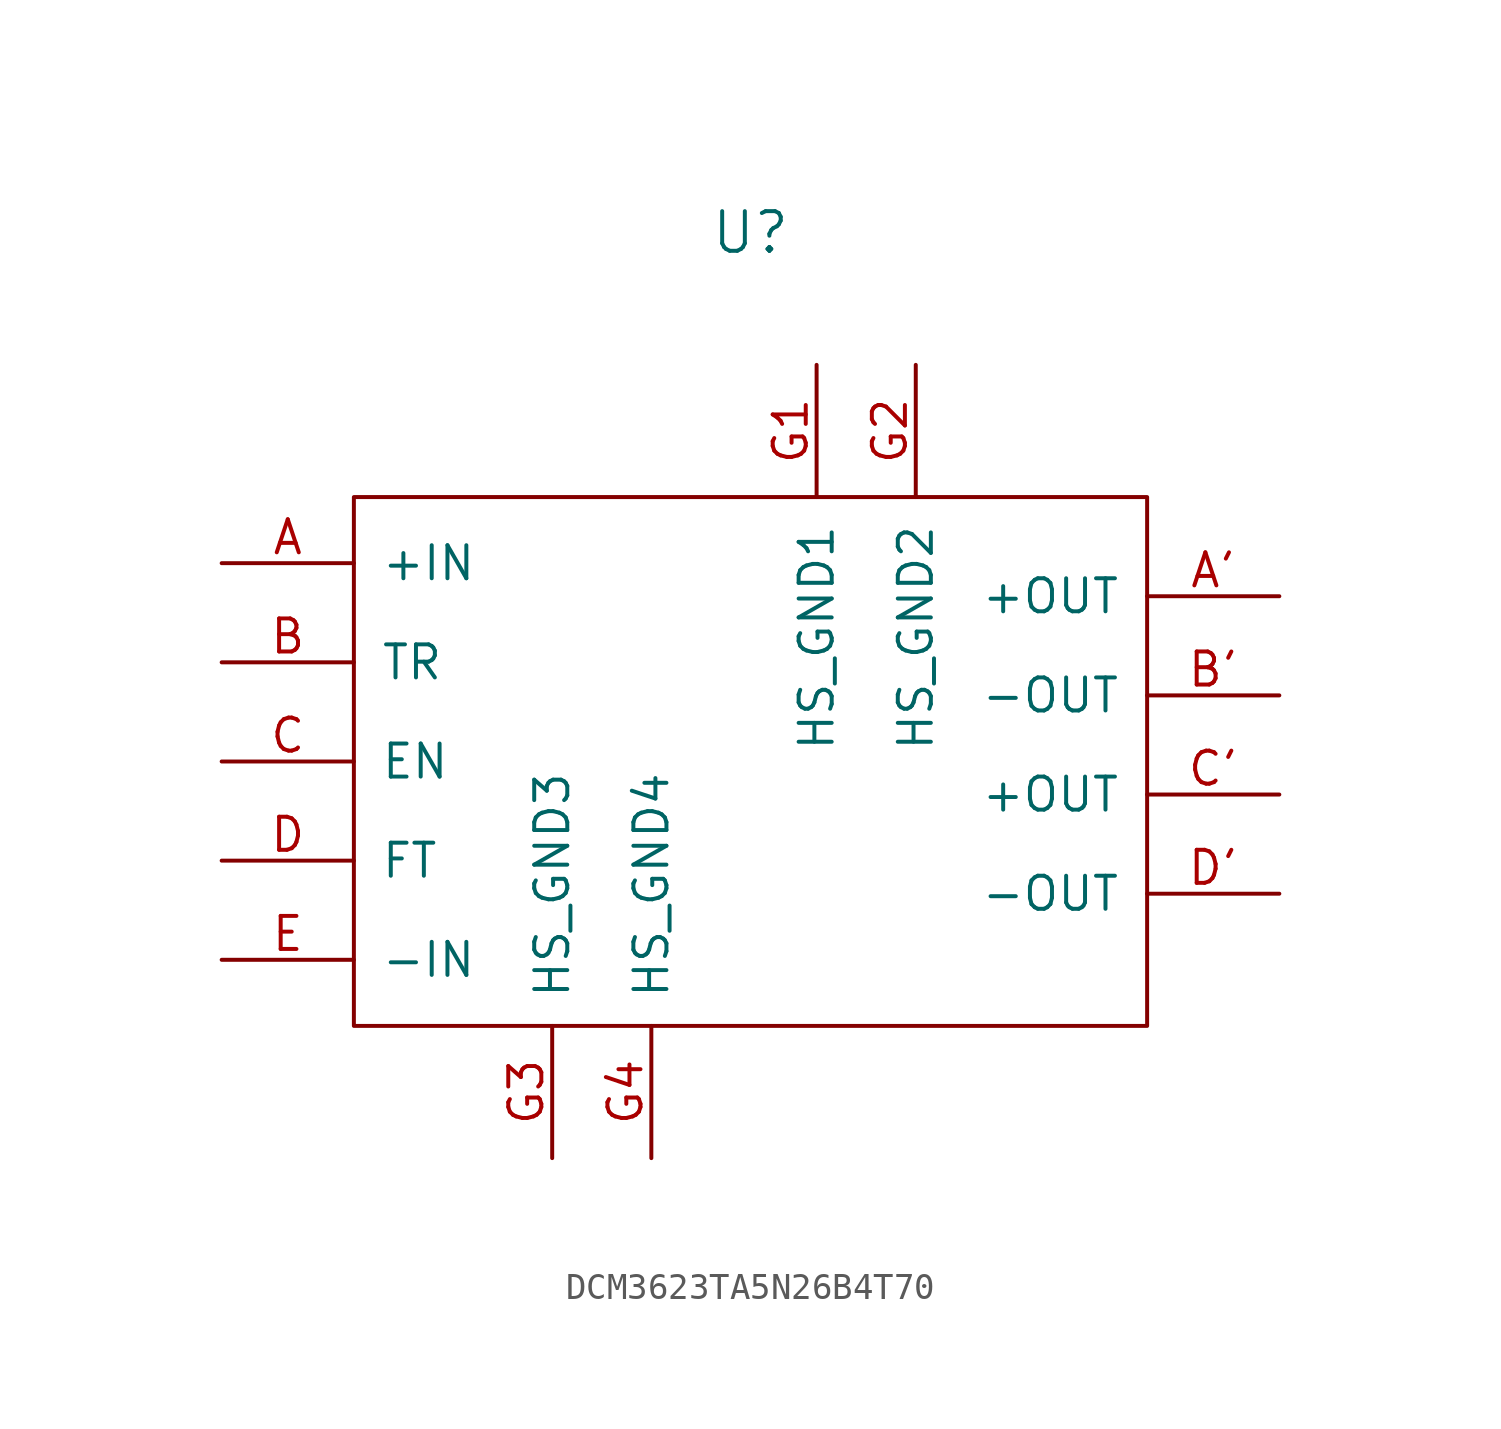
<source format=kicad_sym>
(kicad_symbol_lib
  (version 20220914)
  (generator kicad_symbol_editor)
  (symbol "DCM3623TA5N26B4T70"
    (pin_names
      (offset 1.016))
    (property "Reference" "U"
      (at 0 20.32 0)
      (effects (font (size 1.524 1.524))))
    (symbol "DCM3623TA5N26B4T70_0_1"
      (rectangle (start -15.24 10.16) (end 15.24 -10.16) (stroke (width 0) (type default)) (fill (type none))))
    (symbol "DCM3623TA5N26B4T70_1_1"
      (pin passive line (at -20.32 7.62 0) (length 5.08) (name "+IN" (effects (font (size 1.27 1.27)))) (number "A" (effects (font (size 1.27 1.27)))))
      (pin passive line (at 20.32 6.35 180) (length 5.08) (name "+OUT" (effects (font (size 1.27 1.27)))) (number "A'" (effects (font (size 1.27 1.27)))))
      (pin passive line (at -20.32 3.81 0) (length 5.08) (name "TR" (effects (font (size 1.27 1.27)))) (number "B" (effects (font (size 1.27 1.27)))))
      (pin passive line (at 20.32 2.54 180) (length 5.08) (name "-OUT" (effects (font (size 1.27 1.27)))) (number "B'" (effects (font (size 1.27 1.27)))))
      (pin passive line (at -20.32 0 0) (length 5.08) (name "EN" (effects (font (size 1.27 1.27)))) (number "C" (effects (font (size 1.27 1.27)))))
      (pin passive line (at 20.32 -1.27 180) (length 5.08) (name "+OUT" (effects (font (size 1.27 1.27)))) (number "C'" (effects (font (size 1.27 1.27)))))
      (pin passive line (at -20.32 -3.81 0) (length 5.08) (name "FT" (effects (font (size 1.27 1.27)))) (number "D" (effects (font (size 1.27 1.27)))))
      (pin passive line (at 20.32 -5.08 180) (length 5.08) (name "-OUT" (effects (font (size 1.27 1.27)))) (number "D'" (effects (font (size 1.27 1.27)))))
      (pin passive line (at -20.32 -7.62 0) (length 5.08) (name "-IN" (effects (font (size 1.27 1.27)))) (number "E" (effects (font (size 1.27 1.27)))))
      (pin passive line (at 2.54 15.24 270) (length 5.08) (name "HS_GND1" (effects (font (size 1.27 1.27)))) (number "G1" (effects (font (size 1.27 1.27)))))
      (pin passive line (at 6.35 15.24 270) (length 5.08) (name "HS_GND2" (effects (font (size 1.27 1.27)))) (number "G2" (effects (font (size 1.27 1.27)))))
      (pin passive line (at -7.62 -15.24 90) (length 5.08) (name "HS_GND3" (effects (font (size 1.27 1.27)))) (number "G3" (effects (font (size 1.27 1.27)))))
      (pin passive line (at -3.81 -15.24 90) (length 5.08) (name "HS_GND4" (effects (font (size 1.27 1.27)))) (number "G4" (effects (font (size 1.27 1.27))))))))
</source>
